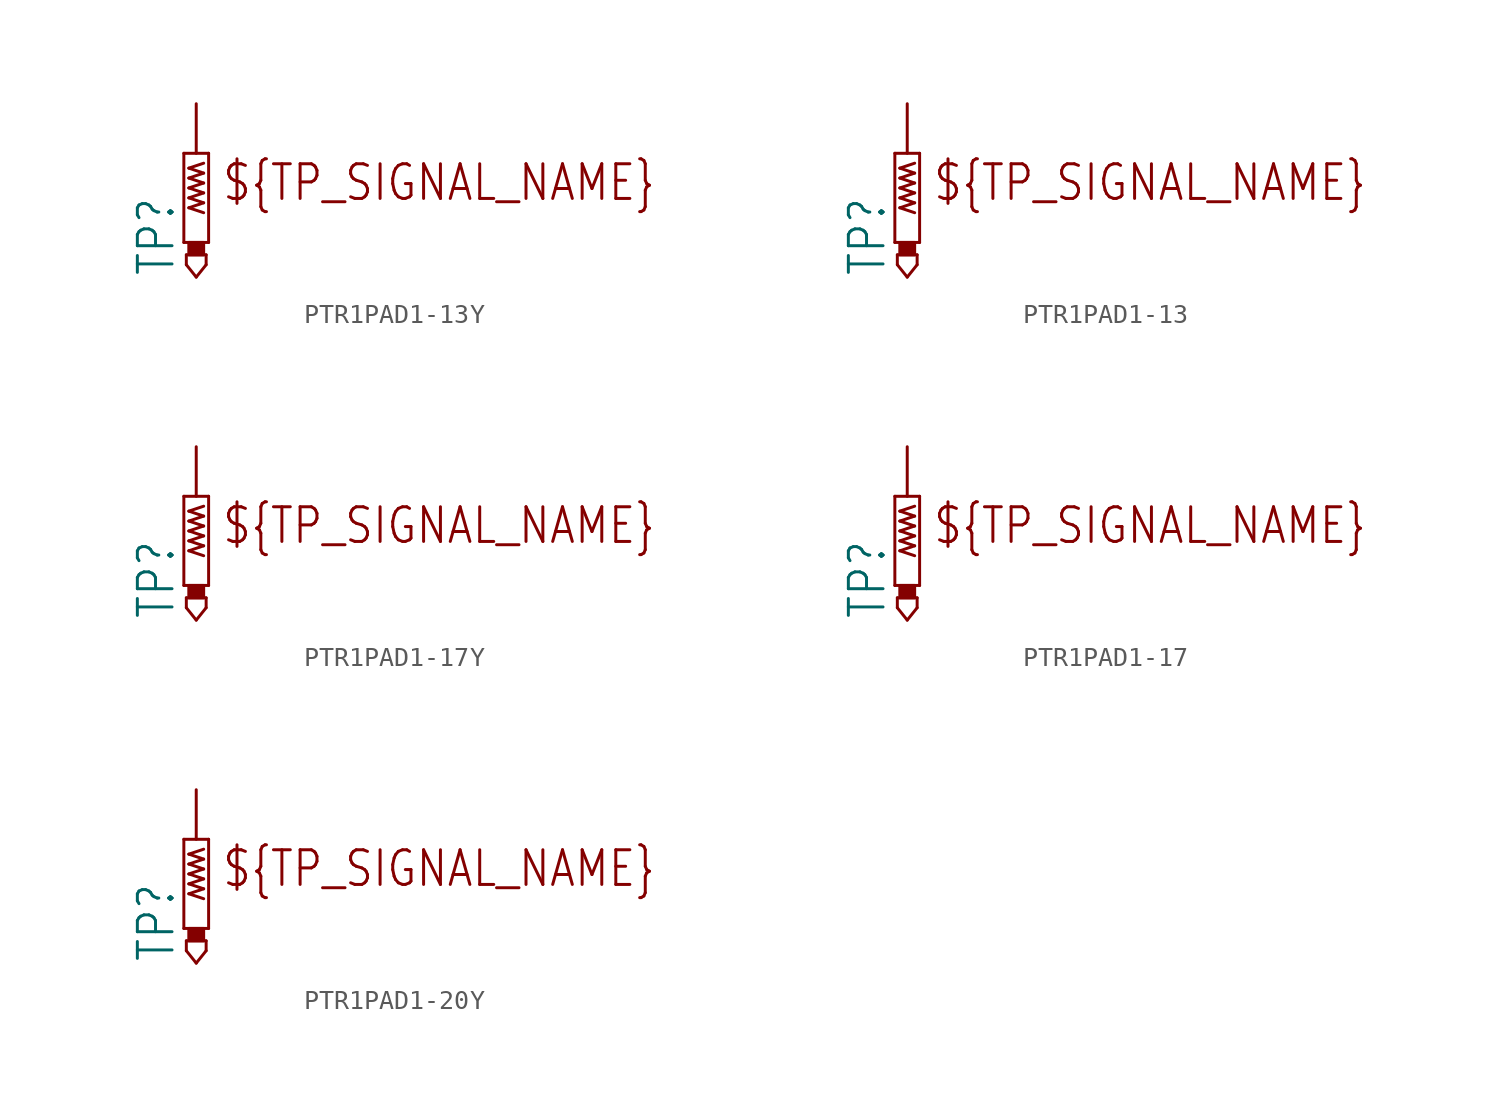
<source format=kicad_sym>
(kicad_symbol_lib
  (version 20241209)
  (generator "kicad_symbol_editor")
  (generator_version "9.0")
  (symbol "PTR1PAD1-13Y"
    (property "Reference" "TP"
      (at -1.016 -6.35 90)
      (effects (font (size 1.778 1.511)) (justify left bottom)))
    (property "ki_locked" ""
      (at 0 0 0)
      (effects (font (size 1.27 1.27))))
    (symbol "PTR1PAD1-13Y_1_0"
      (polyline (pts (xy -0.635 0) (xy -0.635 -4.572)) (stroke (width 0.152) (type solid)) (fill (type none)))
      (polyline (pts (xy -0.508 -5.207) (xy -0.508 -5.715)) (stroke (width 0.152) (type solid)) (fill (type none)))
      (polyline (pts (xy -0.508 -5.715) (xy 0 -6.35)) (stroke (width 0.152) (type solid)) (fill (type none)))
      (polyline (pts (xy -0.381 -0.762) (xy 0.381 -0.508)) (stroke (width 0.152) (type solid)) (fill (type none)))
      (polyline (pts (xy -0.381 -1.27) (xy 0.381 -1.016)) (stroke (width 0.152) (type solid)) (fill (type none)))
      (polyline (pts (xy -0.381 -1.778) (xy 0.381 -1.524)) (stroke (width 0.152) (type solid)) (fill (type none)))
      (polyline (pts (xy -0.381 -2.286) (xy 0.381 -2.032)) (stroke (width 0.152) (type solid)) (fill (type none)))
      (polyline (pts (xy -0.381 -2.794) (xy 0.381 -2.54)) (stroke (width 0.152) (type solid)) (fill (type none)))
      (rectangle (start -0.381 -5.207) (end 0.381 -4.572) (stroke (width 0) (type default)) (fill (type outline)))
      (polyline (pts (xy 0 -6.35) (xy 0.508 -5.715)) (stroke (width 0.152) (type solid)) (fill (type none)))
      (polyline (pts (xy 0.381 -1.016) (xy -0.381 -0.762)) (stroke (width 0.152) (type solid)) (fill (type none)))
      (polyline (pts (xy 0.381 -1.524) (xy -0.381 -1.27)) (stroke (width 0.152) (type solid)) (fill (type none)))
      (polyline (pts (xy 0.381 -2.032) (xy -0.381 -1.778)) (stroke (width 0.152) (type solid)) (fill (type none)))
      (polyline (pts (xy 0.381 -2.54) (xy -0.381 -2.286)) (stroke (width 0.152) (type solid)) (fill (type none)))
      (polyline (pts (xy 0.381 -3.048) (xy -0.381 -2.794)) (stroke (width 0.152) (type solid)) (fill (type none)))
      (polyline (pts (xy 0.508 -5.207) (xy -0.508 -5.207)) (stroke (width 0.152) (type solid)) (fill (type none)))
      (polyline (pts (xy 0.508 -5.715) (xy 0.508 -5.207)) (stroke (width 0.152) (type solid)) (fill (type none)))
      (polyline (pts (xy 0.635 0) (xy -0.635 0)) (stroke (width 0.152) (type solid)) (fill (type none)))
      (polyline (pts (xy 0.635 -4.572) (xy -0.635 -4.572)) (stroke (width 0.152) (type solid)) (fill (type none)))
      (polyline (pts (xy 0.635 -4.572) (xy 0.635 0)) (stroke (width 0.152) (type solid)) (fill (type none)))
      (text "${TP_SIGNAL_NAME}" (at 1.27 -2.54 0) (effects (font (size 1.778 1.511)) (justify left bottom)))
      (pin input line (at 0 2.54 270) (length 2.54) (name "TP" (effects (font (size 0 0)))) (number "TP" (effects (font (size 0 0)))))))
  (symbol "PTR1PAD1-13"
    (property "Reference" "TP"
      (at -1.016 -6.35 90)
      (effects (font (size 1.778 1.511)) (justify left bottom)))
    (property "ki_locked" ""
      (at 0 0 0)
      (effects (font (size 1.27 1.27))))
    (symbol "PTR1PAD1-13_1_0"
      (polyline (pts (xy -0.635 0) (xy -0.635 -4.572)) (stroke (width 0.152) (type solid)) (fill (type none)))
      (polyline (pts (xy -0.508 -5.207) (xy -0.508 -5.715)) (stroke (width 0.152) (type solid)) (fill (type none)))
      (polyline (pts (xy -0.508 -5.715) (xy 0 -6.35)) (stroke (width 0.152) (type solid)) (fill (type none)))
      (polyline (pts (xy -0.381 -0.762) (xy 0.381 -0.508)) (stroke (width 0.152) (type solid)) (fill (type none)))
      (polyline (pts (xy -0.381 -1.27) (xy 0.381 -1.016)) (stroke (width 0.152) (type solid)) (fill (type none)))
      (polyline (pts (xy -0.381 -1.778) (xy 0.381 -1.524)) (stroke (width 0.152) (type solid)) (fill (type none)))
      (polyline (pts (xy -0.381 -2.286) (xy 0.381 -2.032)) (stroke (width 0.152) (type solid)) (fill (type none)))
      (polyline (pts (xy -0.381 -2.794) (xy 0.381 -2.54)) (stroke (width 0.152) (type solid)) (fill (type none)))
      (rectangle (start -0.381 -5.207) (end 0.381 -4.572) (stroke (width 0) (type default)) (fill (type outline)))
      (polyline (pts (xy 0 -6.35) (xy 0.508 -5.715)) (stroke (width 0.152) (type solid)) (fill (type none)))
      (polyline (pts (xy 0.381 -1.016) (xy -0.381 -0.762)) (stroke (width 0.152) (type solid)) (fill (type none)))
      (polyline (pts (xy 0.381 -1.524) (xy -0.381 -1.27)) (stroke (width 0.152) (type solid)) (fill (type none)))
      (polyline (pts (xy 0.381 -2.032) (xy -0.381 -1.778)) (stroke (width 0.152) (type solid)) (fill (type none)))
      (polyline (pts (xy 0.381 -2.54) (xy -0.381 -2.286)) (stroke (width 0.152) (type solid)) (fill (type none)))
      (polyline (pts (xy 0.381 -3.048) (xy -0.381 -2.794)) (stroke (width 0.152) (type solid)) (fill (type none)))
      (polyline (pts (xy 0.508 -5.207) (xy -0.508 -5.207)) (stroke (width 0.152) (type solid)) (fill (type none)))
      (polyline (pts (xy 0.508 -5.715) (xy 0.508 -5.207)) (stroke (width 0.152) (type solid)) (fill (type none)))
      (polyline (pts (xy 0.635 0) (xy -0.635 0)) (stroke (width 0.152) (type solid)) (fill (type none)))
      (polyline (pts (xy 0.635 -4.572) (xy -0.635 -4.572)) (stroke (width 0.152) (type solid)) (fill (type none)))
      (polyline (pts (xy 0.635 -4.572) (xy 0.635 0)) (stroke (width 0.152) (type solid)) (fill (type none)))
      (text "${TP_SIGNAL_NAME}" (at 1.27 -2.54 0) (effects (font (size 1.778 1.511)) (justify left bottom)))
      (pin input line (at 0 2.54 270) (length 2.54) (name "TP" (effects (font (size 0 0)))) (number "TP" (effects (font (size 0 0)))))))
  (symbol "PTR1PAD1-17Y"
    (property "Reference" "TP"
      (at -1.016 -6.35 90)
      (effects (font (size 1.778 1.511)) (justify left bottom)))
    (property "ki_locked" ""
      (at 0 0 0)
      (effects (font (size 1.27 1.27))))
    (symbol "PTR1PAD1-17Y_1_0"
      (polyline (pts (xy -0.635 0) (xy -0.635 -4.572)) (stroke (width 0.152) (type solid)) (fill (type none)))
      (polyline (pts (xy -0.508 -5.207) (xy -0.508 -5.715)) (stroke (width 0.152) (type solid)) (fill (type none)))
      (polyline (pts (xy -0.508 -5.715) (xy 0 -6.35)) (stroke (width 0.152) (type solid)) (fill (type none)))
      (polyline (pts (xy -0.381 -0.762) (xy 0.381 -0.508)) (stroke (width 0.152) (type solid)) (fill (type none)))
      (polyline (pts (xy -0.381 -1.27) (xy 0.381 -1.016)) (stroke (width 0.152) (type solid)) (fill (type none)))
      (polyline (pts (xy -0.381 -1.778) (xy 0.381 -1.524)) (stroke (width 0.152) (type solid)) (fill (type none)))
      (polyline (pts (xy -0.381 -2.286) (xy 0.381 -2.032)) (stroke (width 0.152) (type solid)) (fill (type none)))
      (polyline (pts (xy -0.381 -2.794) (xy 0.381 -2.54)) (stroke (width 0.152) (type solid)) (fill (type none)))
      (rectangle (start -0.381 -5.207) (end 0.381 -4.572) (stroke (width 0) (type default)) (fill (type outline)))
      (polyline (pts (xy 0 -6.35) (xy 0.508 -5.715)) (stroke (width 0.152) (type solid)) (fill (type none)))
      (polyline (pts (xy 0.381 -1.016) (xy -0.381 -0.762)) (stroke (width 0.152) (type solid)) (fill (type none)))
      (polyline (pts (xy 0.381 -1.524) (xy -0.381 -1.27)) (stroke (width 0.152) (type solid)) (fill (type none)))
      (polyline (pts (xy 0.381 -2.032) (xy -0.381 -1.778)) (stroke (width 0.152) (type solid)) (fill (type none)))
      (polyline (pts (xy 0.381 -2.54) (xy -0.381 -2.286)) (stroke (width 0.152) (type solid)) (fill (type none)))
      (polyline (pts (xy 0.381 -3.048) (xy -0.381 -2.794)) (stroke (width 0.152) (type solid)) (fill (type none)))
      (polyline (pts (xy 0.508 -5.207) (xy -0.508 -5.207)) (stroke (width 0.152) (type solid)) (fill (type none)))
      (polyline (pts (xy 0.508 -5.715) (xy 0.508 -5.207)) (stroke (width 0.152) (type solid)) (fill (type none)))
      (polyline (pts (xy 0.635 0) (xy -0.635 0)) (stroke (width 0.152) (type solid)) (fill (type none)))
      (polyline (pts (xy 0.635 -4.572) (xy -0.635 -4.572)) (stroke (width 0.152) (type solid)) (fill (type none)))
      (polyline (pts (xy 0.635 -4.572) (xy 0.635 0)) (stroke (width 0.152) (type solid)) (fill (type none)))
      (text "${TP_SIGNAL_NAME}" (at 1.27 -2.54 0) (effects (font (size 1.778 1.511)) (justify left bottom)))
      (pin input line (at 0 2.54 270) (length 2.54) (name "TP" (effects (font (size 0 0)))) (number "TP" (effects (font (size 0 0)))))))
  (symbol "PTR1PAD1-17"
    (property "Reference" "TP"
      (at -1.016 -6.35 90)
      (effects (font (size 1.778 1.511)) (justify left bottom)))
    (property "ki_locked" ""
      (at 0 0 0)
      (effects (font (size 1.27 1.27))))
    (symbol "PTR1PAD1-17_1_0"
      (polyline (pts (xy -0.635 0) (xy -0.635 -4.572)) (stroke (width 0.152) (type solid)) (fill (type none)))
      (polyline (pts (xy -0.508 -5.207) (xy -0.508 -5.715)) (stroke (width 0.152) (type solid)) (fill (type none)))
      (polyline (pts (xy -0.508 -5.715) (xy 0 -6.35)) (stroke (width 0.152) (type solid)) (fill (type none)))
      (polyline (pts (xy -0.381 -0.762) (xy 0.381 -0.508)) (stroke (width 0.152) (type solid)) (fill (type none)))
      (polyline (pts (xy -0.381 -1.27) (xy 0.381 -1.016)) (stroke (width 0.152) (type solid)) (fill (type none)))
      (polyline (pts (xy -0.381 -1.778) (xy 0.381 -1.524)) (stroke (width 0.152) (type solid)) (fill (type none)))
      (polyline (pts (xy -0.381 -2.286) (xy 0.381 -2.032)) (stroke (width 0.152) (type solid)) (fill (type none)))
      (polyline (pts (xy -0.381 -2.794) (xy 0.381 -2.54)) (stroke (width 0.152) (type solid)) (fill (type none)))
      (rectangle (start -0.381 -5.207) (end 0.381 -4.572) (stroke (width 0) (type default)) (fill (type outline)))
      (polyline (pts (xy 0 -6.35) (xy 0.508 -5.715)) (stroke (width 0.152) (type solid)) (fill (type none)))
      (polyline (pts (xy 0.381 -1.016) (xy -0.381 -0.762)) (stroke (width 0.152) (type solid)) (fill (type none)))
      (polyline (pts (xy 0.381 -1.524) (xy -0.381 -1.27)) (stroke (width 0.152) (type solid)) (fill (type none)))
      (polyline (pts (xy 0.381 -2.032) (xy -0.381 -1.778)) (stroke (width 0.152) (type solid)) (fill (type none)))
      (polyline (pts (xy 0.381 -2.54) (xy -0.381 -2.286)) (stroke (width 0.152) (type solid)) (fill (type none)))
      (polyline (pts (xy 0.381 -3.048) (xy -0.381 -2.794)) (stroke (width 0.152) (type solid)) (fill (type none)))
      (polyline (pts (xy 0.508 -5.207) (xy -0.508 -5.207)) (stroke (width 0.152) (type solid)) (fill (type none)))
      (polyline (pts (xy 0.508 -5.715) (xy 0.508 -5.207)) (stroke (width 0.152) (type solid)) (fill (type none)))
      (polyline (pts (xy 0.635 0) (xy -0.635 0)) (stroke (width 0.152) (type solid)) (fill (type none)))
      (polyline (pts (xy 0.635 -4.572) (xy -0.635 -4.572)) (stroke (width 0.152) (type solid)) (fill (type none)))
      (polyline (pts (xy 0.635 -4.572) (xy 0.635 0)) (stroke (width 0.152) (type solid)) (fill (type none)))
      (text "${TP_SIGNAL_NAME}" (at 1.27 -2.54 0) (effects (font (size 1.778 1.511)) (justify left bottom)))
      (pin input line (at 0 2.54 270) (length 2.54) (name "TP" (effects (font (size 0 0)))) (number "TP" (effects (font (size 0 0)))))))
  (symbol "PTR1PAD1-20Y"
    (property "Reference" "TP"
      (at -1.016 -6.35 90)
      (effects (font (size 1.778 1.511)) (justify left bottom)))
    (property "ki_locked" ""
      (at 0 0 0)
      (effects (font (size 1.27 1.27))))
    (symbol "PTR1PAD1-20Y_1_0"
      (polyline (pts (xy -0.635 0) (xy -0.635 -4.572)) (stroke (width 0.152) (type solid)) (fill (type none)))
      (polyline (pts (xy -0.508 -5.207) (xy -0.508 -5.715)) (stroke (width 0.152) (type solid)) (fill (type none)))
      (polyline (pts (xy -0.508 -5.715) (xy 0 -6.35)) (stroke (width 0.152) (type solid)) (fill (type none)))
      (polyline (pts (xy -0.381 -0.762) (xy 0.381 -0.508)) (stroke (width 0.152) (type solid)) (fill (type none)))
      (polyline (pts (xy -0.381 -1.27) (xy 0.381 -1.016)) (stroke (width 0.152) (type solid)) (fill (type none)))
      (polyline (pts (xy -0.381 -1.778) (xy 0.381 -1.524)) (stroke (width 0.152) (type solid)) (fill (type none)))
      (polyline (pts (xy -0.381 -2.286) (xy 0.381 -2.032)) (stroke (width 0.152) (type solid)) (fill (type none)))
      (polyline (pts (xy -0.381 -2.794) (xy 0.381 -2.54)) (stroke (width 0.152) (type solid)) (fill (type none)))
      (rectangle (start -0.381 -5.207) (end 0.381 -4.572) (stroke (width 0) (type default)) (fill (type outline)))
      (polyline (pts (xy 0 -6.35) (xy 0.508 -5.715)) (stroke (width 0.152) (type solid)) (fill (type none)))
      (polyline (pts (xy 0.381 -1.016) (xy -0.381 -0.762)) (stroke (width 0.152) (type solid)) (fill (type none)))
      (polyline (pts (xy 0.381 -1.524) (xy -0.381 -1.27)) (stroke (width 0.152) (type solid)) (fill (type none)))
      (polyline (pts (xy 0.381 -2.032) (xy -0.381 -1.778)) (stroke (width 0.152) (type solid)) (fill (type none)))
      (polyline (pts (xy 0.381 -2.54) (xy -0.381 -2.286)) (stroke (width 0.152) (type solid)) (fill (type none)))
      (polyline (pts (xy 0.381 -3.048) (xy -0.381 -2.794)) (stroke (width 0.152) (type solid)) (fill (type none)))
      (polyline (pts (xy 0.508 -5.207) (xy -0.508 -5.207)) (stroke (width 0.152) (type solid)) (fill (type none)))
      (polyline (pts (xy 0.508 -5.715) (xy 0.508 -5.207)) (stroke (width 0.152) (type solid)) (fill (type none)))
      (polyline (pts (xy 0.635 0) (xy -0.635 0)) (stroke (width 0.152) (type solid)) (fill (type none)))
      (polyline (pts (xy 0.635 -4.572) (xy -0.635 -4.572)) (stroke (width 0.152) (type solid)) (fill (type none)))
      (polyline (pts (xy 0.635 -4.572) (xy 0.635 0)) (stroke (width 0.152) (type solid)) (fill (type none)))
      (text "${TP_SIGNAL_NAME}" (at 1.27 -2.54 0) (effects (font (size 1.778 1.511)) (justify left bottom)))
      (pin input line (at 0 2.54 270) (length 2.54) (name "TP" (effects (font (size 0 0)))) (number "TP" (effects (font (size 0 0))))))))
</source>
